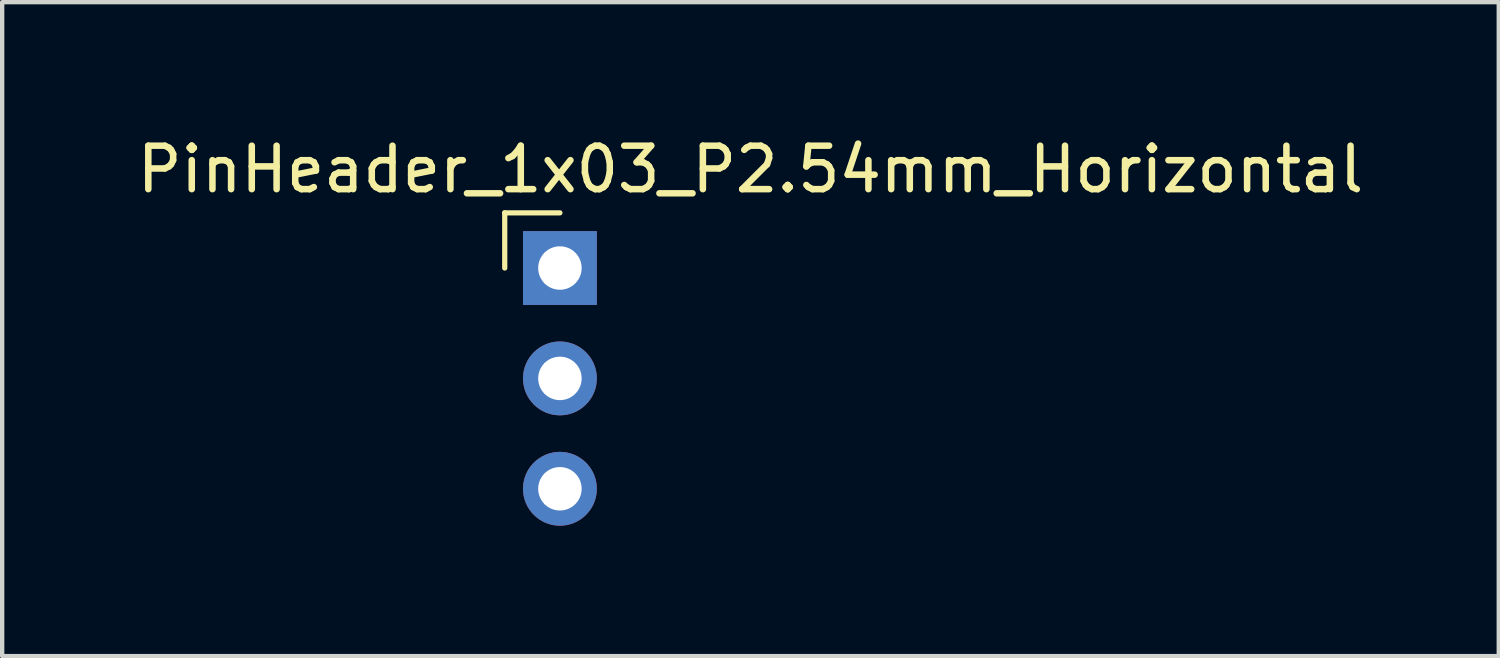
<source format=kicad_pcb>
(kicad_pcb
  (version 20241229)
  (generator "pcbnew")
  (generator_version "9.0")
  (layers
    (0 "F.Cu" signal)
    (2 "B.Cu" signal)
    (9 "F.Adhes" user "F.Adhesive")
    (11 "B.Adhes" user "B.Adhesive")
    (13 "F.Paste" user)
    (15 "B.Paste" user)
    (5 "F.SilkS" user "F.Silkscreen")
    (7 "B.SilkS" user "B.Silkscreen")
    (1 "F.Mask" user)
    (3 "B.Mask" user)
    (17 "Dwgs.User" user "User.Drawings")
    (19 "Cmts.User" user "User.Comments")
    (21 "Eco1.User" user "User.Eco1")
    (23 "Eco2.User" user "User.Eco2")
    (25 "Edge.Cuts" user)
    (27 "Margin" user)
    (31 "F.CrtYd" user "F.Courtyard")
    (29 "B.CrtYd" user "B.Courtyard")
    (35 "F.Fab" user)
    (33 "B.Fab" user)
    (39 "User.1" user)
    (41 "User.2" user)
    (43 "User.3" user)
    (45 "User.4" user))
  (footprint "PinHeader_1x03_P2.54mm_Horizontal"
    (layer "F.Cu")
    (at 9.835 3.118)
    (property "Reference" "PinHeader_1x03_P2.54mm_Horizontal" (at 4.385 -2.27 0) (layer "F.SilkS") (effects (font (size 1 1) (thickness 0.15))))
    (attr through_hole)
    (fp_line (start -1.27 -1.27) (end 0 -1.27) (stroke (width 0.12) (type solid)) (layer "F.SilkS"))
    (fp_line (start -1.27 0) (end -1.27 -1.27) (stroke (width 0.12) (type solid)) (layer "F.SilkS"))
    (fp_line (start -0.32 -0.32) (end -0.32 0.32) (stroke (width 0.1) (type solid)) (layer "F.Fab"))
    (fp_line (start -0.32 2.22) (end -0.32 2.86) (stroke (width 0.1) (type solid)) (layer "F.Fab"))
    (fp_line (start -0.32 4.76) (end -0.32 5.4) (stroke (width 0.1) (type solid)) (layer "F.Fab"))
    (pad "1" thru_hole rect (at 0 0) (size 1.7 1.7) (drill 1) (layers "*.Cu" "*.Mask"))
    (pad "2" thru_hole oval (at 0 2.54) (size 1.7 1.7) (drill 1) (layers "*.Cu" "*.Mask"))
    (pad "3" thru_hole oval (at 0 5.08) (size 1.7 1.7) (drill 1) (layers "*.Cu" "*.Mask")))
  (gr_rect
    (start -3 -3)
    (end 31.44 12.048)
    (stroke (width 0.1) (type default))
    (fill no)
    (layer "Edge.Cuts")))
</source>
